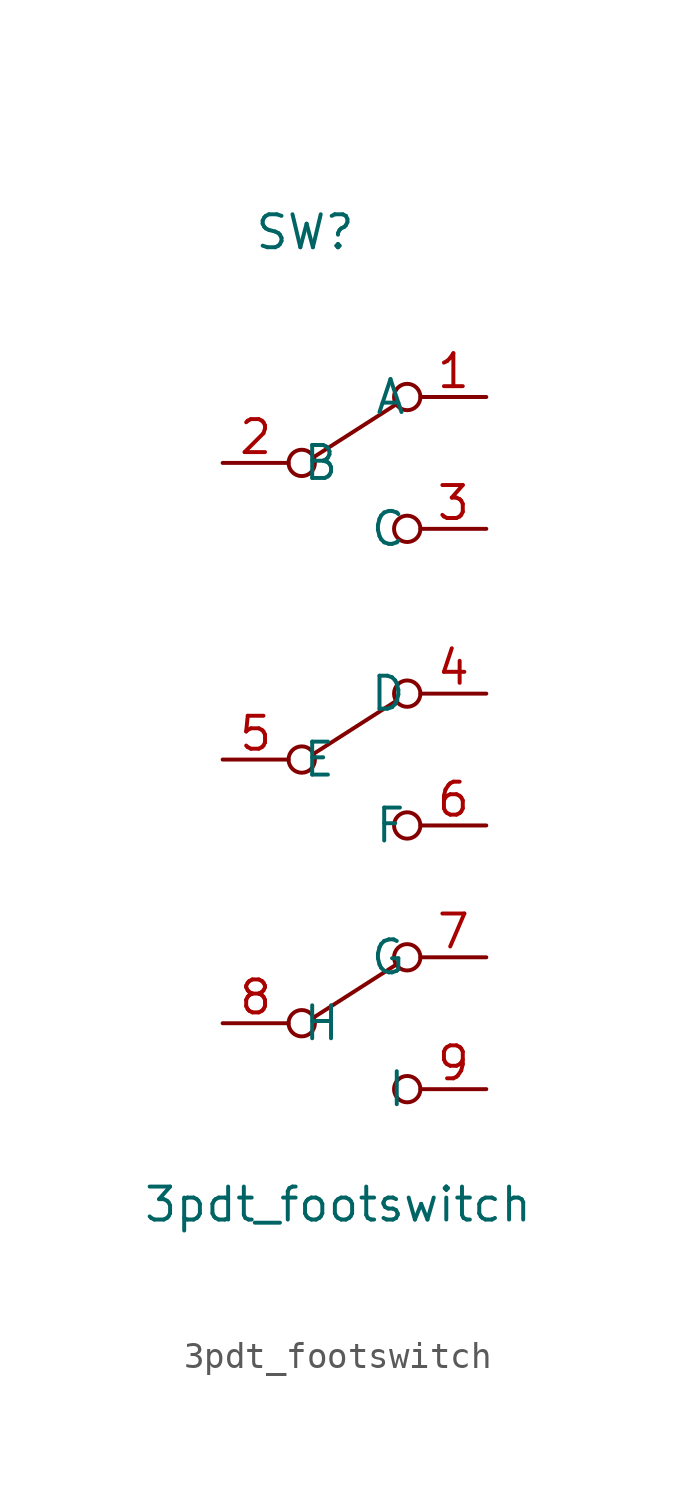
<source format=kicad_sym>
(kicad_symbol_lib
  (version 20211014)
  (generator kicad_symbol_editor)
  (symbol "3pdt_footswitch"
    (property "Reference" "SW"
      (at 0 21.59 0)
      (effects (font (size 1.27 1.27))))
    (property "Value" "3pdt_footswitch"
      (at 1.27 -15.875 0)
      (effects (font (size 1.27 1.27))))
    (symbol "3pdt_footswitch_0_0"
      (circle (center -0.127 -8.89) (radius 0.508) (stroke (width 0) (type default) (color 0 0 0 0)) (fill (type none)))
      (circle (center -0.127 1.27) (radius 0.508) (stroke (width 0) (type default) (color 0 0 0 0)) (fill (type none)))
      (circle (center -0.127 12.7) (radius 0.508) (stroke (width 0) (type default) (color 0 0 0 0)) (fill (type none)))
      (circle (center 3.937 -11.43) (radius 0.508) (stroke (width 0) (type default) (color 0 0 0 0)) (fill (type none)))
      (circle (center 3.937 -1.27) (radius 0.508) (stroke (width 0) (type default) (color 0 0 0 0)) (fill (type none)))
      (circle (center 3.937 10.16) (radius 0.508) (stroke (width 0) (type default) (color 0 0 0 0)) (fill (type none))))
    (symbol "3pdt_footswitch_0_1"
      (polyline (pts (xy 0.381 -8.636) (xy 3.556 -6.604)) (stroke (width 0) (type default) (color 0 0 0 0)) (fill (type none)))
      (polyline (pts (xy 0.381 1.524) (xy 3.556 3.556)) (stroke (width 0) (type default) (color 0 0 0 0)) (fill (type none)))
      (polyline (pts (xy 0.381 12.954) (xy 3.556 14.986)) (stroke (width 0) (type default) (color 0 0 0 0)) (fill (type none)))
      (circle (center 3.937 -6.35) (radius 0.508) (stroke (width 0) (type default) (color 0 0 0 0)) (fill (type none)))
      (circle (center 3.937 3.81) (radius 0.508) (stroke (width 0) (type default) (color 0 0 0 0)) (fill (type none)))
      (circle (center 3.937 15.24) (radius 0.508) (stroke (width 0) (type default) (color 0 0 0 0)) (fill (type none))))
    (symbol "3pdt_footswitch_1_1"
      (pin passive line (at 6.985 15.24 180) (length 2.54) (name "A" (effects (font (size 1.27 1.27)))) (number "1" (effects (font (size 1.27 1.27)))))
      (pin passive line (at -3.175 12.7 0) (length 2.54) (name "B" (effects (font (size 1.27 1.27)))) (number "2" (effects (font (size 1.27 1.27)))))
      (pin passive line (at 6.985 10.16 180) (length 2.54) (name "C" (effects (font (size 1.27 1.27)))) (number "3" (effects (font (size 1.27 1.27)))))
      (pin passive line (at 6.985 3.81 180) (length 2.54) (name "D" (effects (font (size 1.27 1.27)))) (number "4" (effects (font (size 1.27 1.27)))))
      (pin passive line (at -3.175 1.27 0) (length 2.54) (name "E" (effects (font (size 1.27 1.27)))) (number "5" (effects (font (size 1.27 1.27)))))
      (pin passive line (at 6.985 -1.27 180) (length 2.54) (name "F" (effects (font (size 1.27 1.27)))) (number "6" (effects (font (size 1.27 1.27)))))
      (pin passive line (at 6.985 -6.35 180) (length 2.54) (name "G" (effects (font (size 1.27 1.27)))) (number "7" (effects (font (size 1.27 1.27)))))
      (pin passive line (at -3.175 -8.89 0) (length 2.54) (name "H" (effects (font (size 1.27 1.27)))) (number "8" (effects (font (size 1.27 1.27)))))
      (pin passive line (at 6.985 -11.43 180) (length 2.54) (name "I" (effects (font (size 1.27 1.27)))) (number "9" (effects (font (size 1.27 1.27))))))))
</source>
